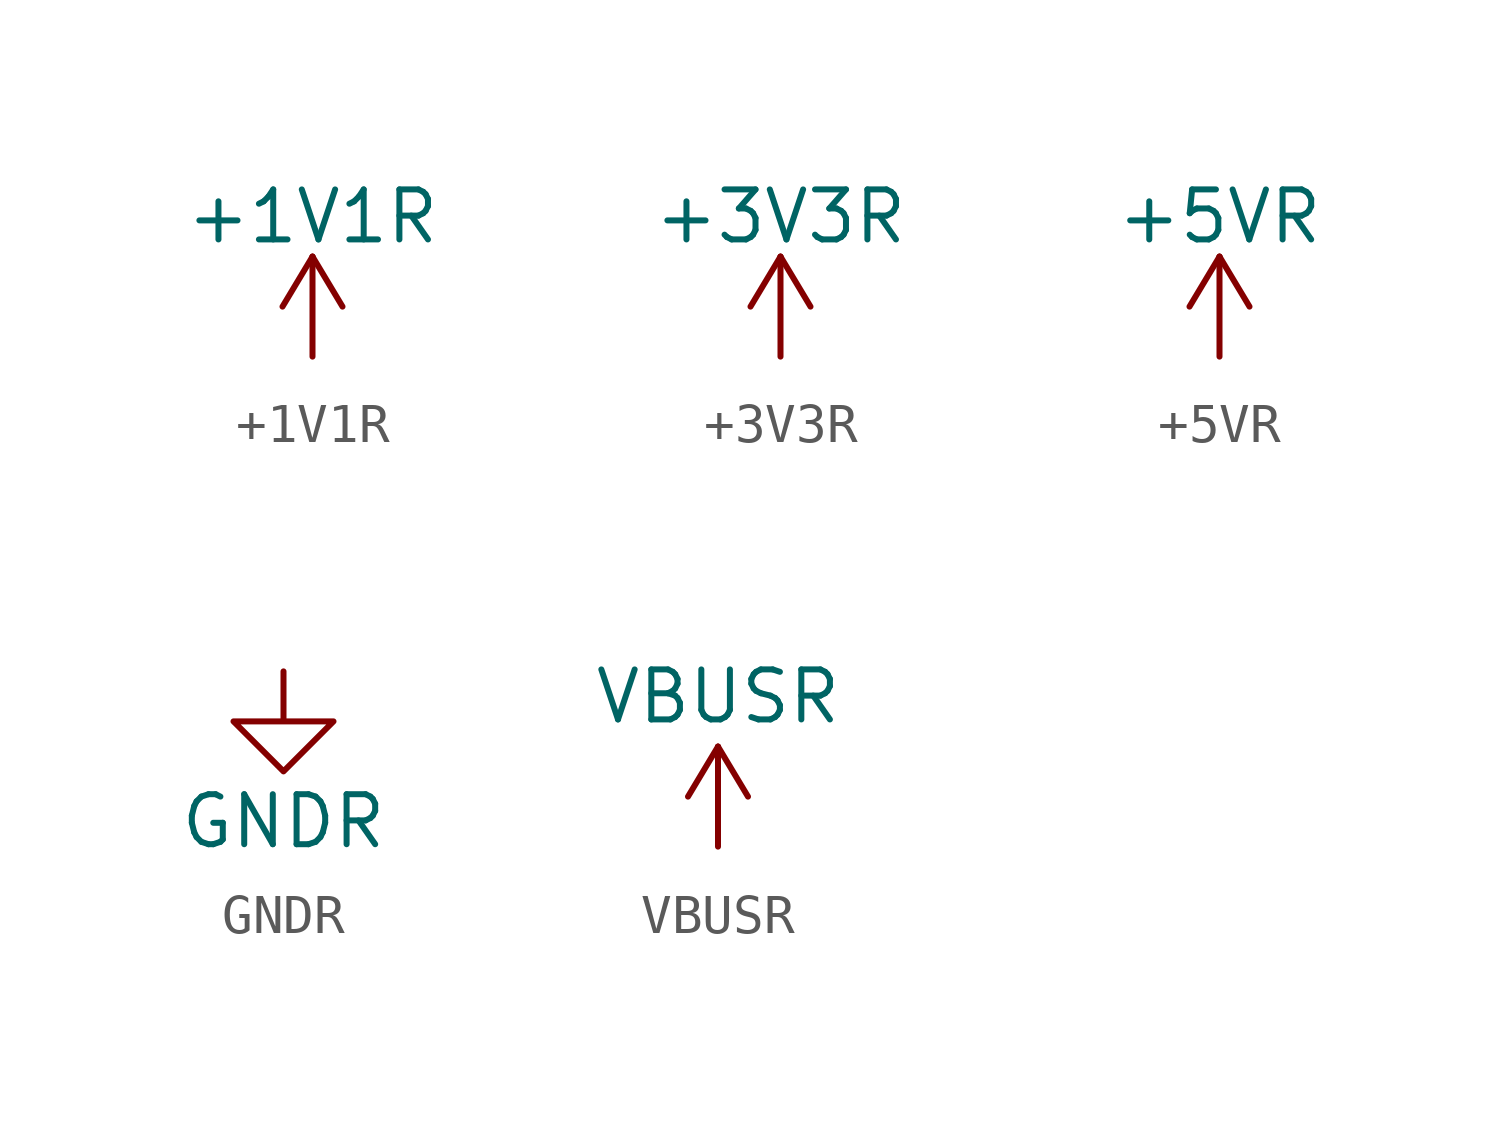
<source format=kicad_sym>
(kicad_symbol_lib
  (version 20220914)
  (generator kicad_symbol_editor)
  (symbol "+1V1R"
    (power)
    (pin_names
      (offset 0))
    (property "Reference" "#PWR"
      (at 0 -3.81 0)
      (effects (font (size 1.27 1.27)) hide))
    (property "Value" "+1V1R"
      (at 0 3.556 0)
      (effects (font (size 1.27 1.27))))
    (symbol "+1V1R_0_1"
      (polyline (pts (xy -0.762 1.27) (xy 0 2.54)) (stroke (width 0) (type default)) (fill (type none)))
      (polyline (pts (xy 0 0) (xy 0 2.54)) (stroke (width 0) (type default)) (fill (type none)))
      (polyline (pts (xy 0 2.54) (xy 0.762 1.27)) (stroke (width 0) (type default)) (fill (type none))))
    (symbol "+1V1R_1_1"
      (pin power_in line (at 0 0 90) (length 0) hide (name "+1V1R" (effects (font (size 1.27 1.27)))) (number "1" (effects (font (size 1.27 1.27)))))))
  (symbol "+3V3R"
    (power)
    (pin_names
      (offset 0))
    (property "Reference" "#PWR"
      (at 0 -3.81 0)
      (effects (font (size 1.27 1.27)) hide))
    (property "Value" "+3V3R"
      (at 0 3.556 0)
      (effects (font (size 1.27 1.27))))
    (symbol "+3V3R_0_1"
      (polyline (pts (xy -0.762 1.27) (xy 0 2.54)) (stroke (width 0) (type default)) (fill (type none)))
      (polyline (pts (xy 0 0) (xy 0 2.54)) (stroke (width 0) (type default)) (fill (type none)))
      (polyline (pts (xy 0 2.54) (xy 0.762 1.27)) (stroke (width 0) (type default)) (fill (type none))))
    (symbol "+3V3R_1_1"
      (pin power_in line (at 0 0 90) (length 0) hide (name "+3V3R" (effects (font (size 1.27 1.27)))) (number "1" (effects (font (size 1.27 1.27)))))))
  (symbol "+5VR"
    (power)
    (pin_names
      (offset 0))
    (property "Reference" "#PWR"
      (at 0 -3.81 0)
      (effects (font (size 1.27 1.27)) hide))
    (property "Value" "+5VR"
      (at 0 3.556 0)
      (effects (font (size 1.27 1.27))))
    (symbol "+5VR_0_1"
      (polyline (pts (xy -0.762 1.27) (xy 0 2.54)) (stroke (width 0) (type default)) (fill (type none)))
      (polyline (pts (xy 0 0) (xy 0 2.54)) (stroke (width 0) (type default)) (fill (type none)))
      (polyline (pts (xy 0 2.54) (xy 0.762 1.27)) (stroke (width 0) (type default)) (fill (type none))))
    (symbol "+5VR_1_1"
      (pin power_in line (at 0 0 90) (length 0) hide (name "+5VR" (effects (font (size 1.27 1.27)))) (number "1" (effects (font (size 1.27 1.27)))))))
  (symbol "GNDR"
    (power)
    (pin_names
      (offset 0))
    (property "Reference" "#PWR"
      (at 0 -6.35 0)
      (effects (font (size 1.27 1.27)) hide))
    (property "Value" "GNDR"
      (at 0 -3.81 0)
      (effects (font (size 1.27 1.27))))
    (symbol "GNDR_0_1"
      (polyline (pts (xy 0 0) (xy 0 -1.27) (xy 1.27 -1.27) (xy 0 -2.54) (xy -1.27 -1.27) (xy 0 -1.27)) (stroke (width 0) (type default)) (fill (type none))))
    (symbol "GNDR_1_1"
      (pin power_in line (at 0 0 270) (length 0) hide (name "GNDR" (effects (font (size 1.27 1.27)))) (number "1" (effects (font (size 1.27 1.27)))))))
  (symbol "VBUSR"
    (power)
    (pin_names
      (offset 0))
    (property "Reference" "#PWR"
      (at 0 -3.81 0)
      (effects (font (size 1.27 1.27)) hide))
    (property "Value" "VBUSR"
      (at 0 3.81 0)
      (effects (font (size 1.27 1.27))))
    (symbol "VBUSR_0_1"
      (polyline (pts (xy -0.762 1.27) (xy 0 2.54)) (stroke (width 0) (type default)) (fill (type none)))
      (polyline (pts (xy 0 0) (xy 0 2.54)) (stroke (width 0) (type default)) (fill (type none)))
      (polyline (pts (xy 0 2.54) (xy 0.762 1.27)) (stroke (width 0) (type default)) (fill (type none))))
    (symbol "VBUSR_1_1"
      (pin power_in line (at 0 0 90) (length 0) hide (name "VBUSR" (effects (font (size 1.27 1.27)))) (number "1" (effects (font (size 1.27 1.27))))))))
</source>
